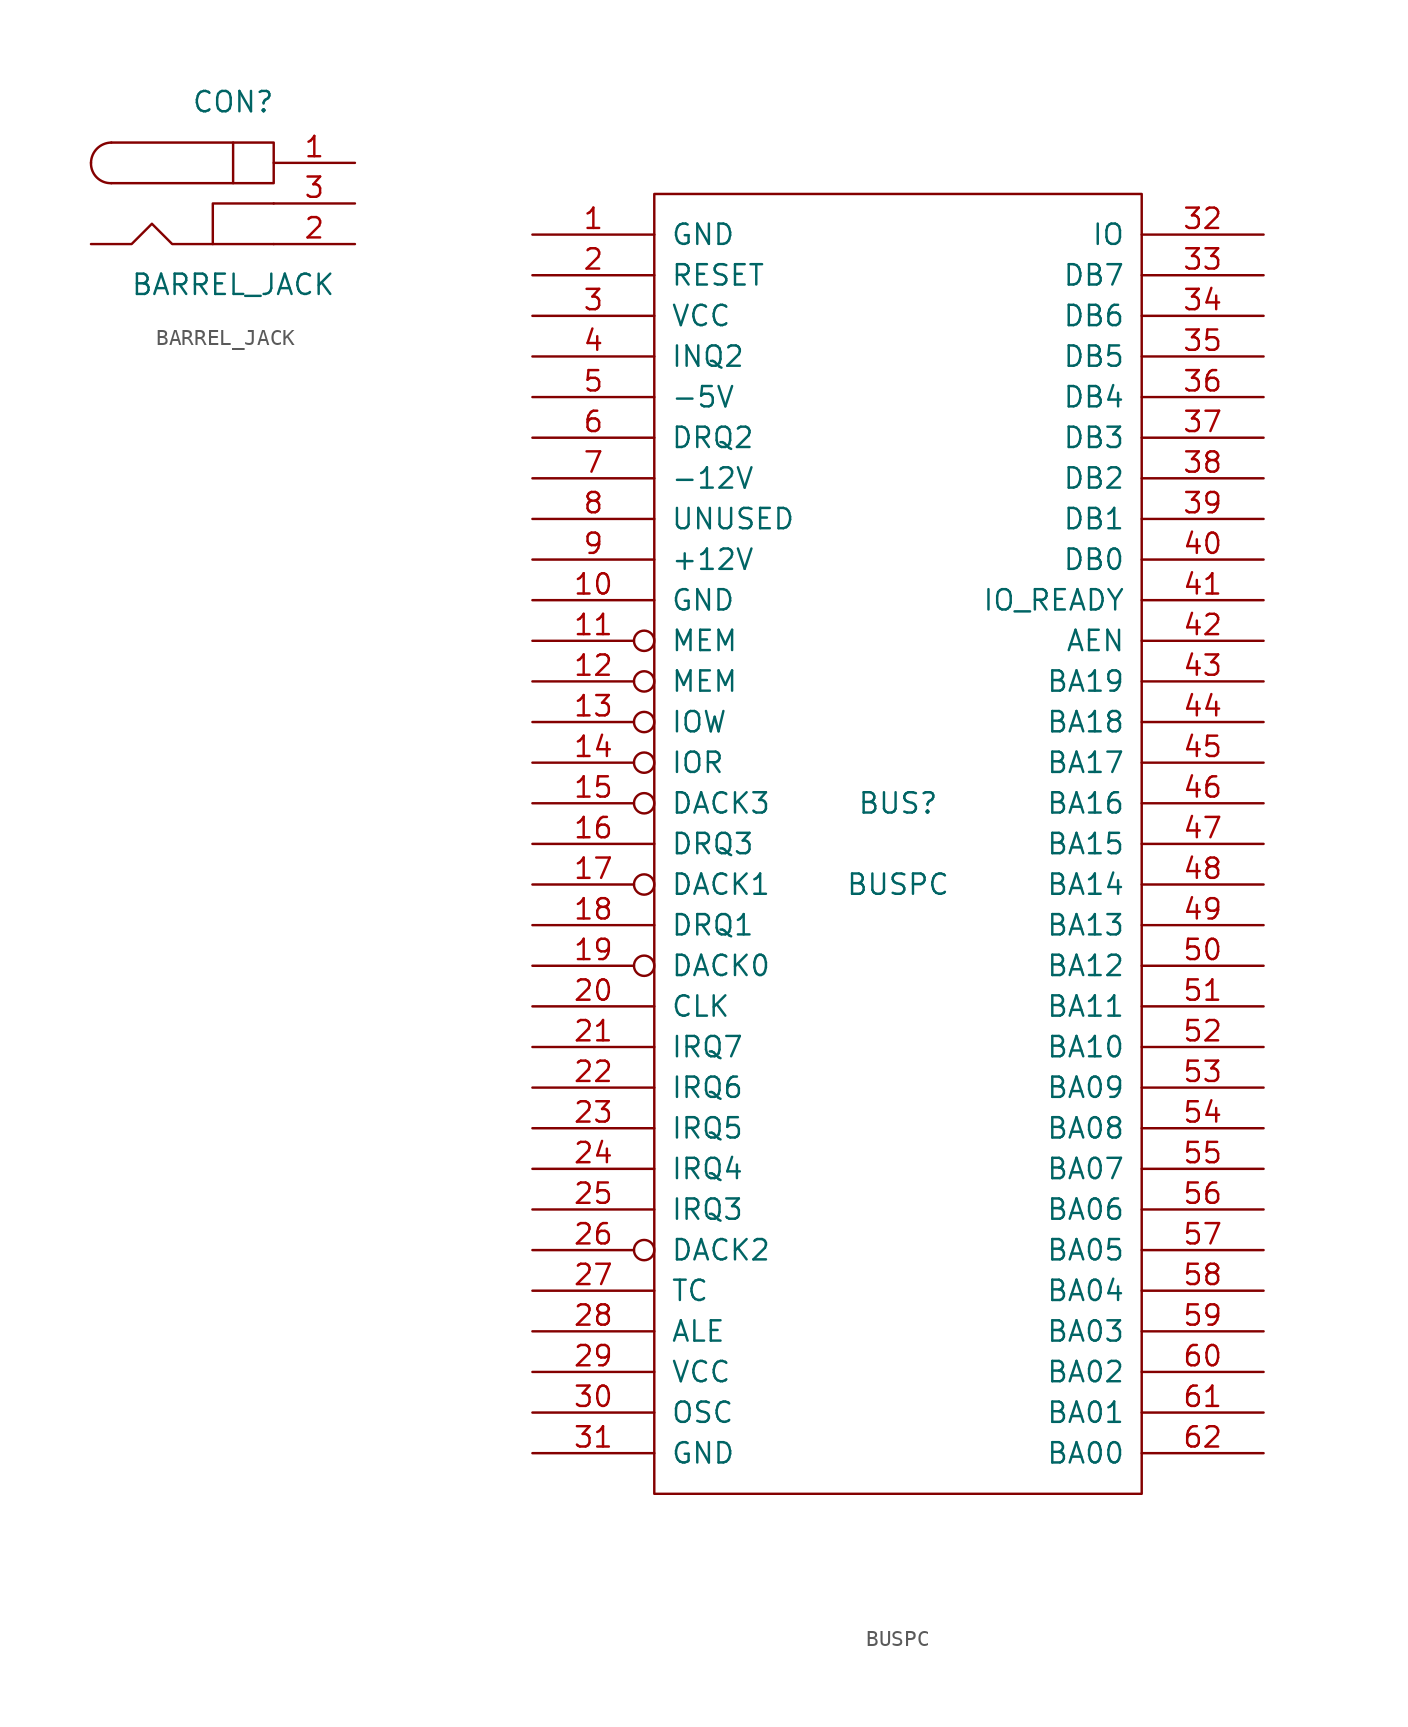
<source format=kicad_sym>
(kicad_symbol_lib
  (version 20231120)
  (generator "kicad_symbol_editor")
  (generator_version "8.0")
  (symbol "BARREL_JACK"
    (pin_names
      (offset 1.016))
    (property "Reference" "CON"
      (at 0 6.35 0)
      (effects (font (size 1.27 1.27))))
    (property "Value" "BARREL_JACK"
      (at 0 -5.08 0)
      (effects (font (size 1.27 1.27))))
    (property "Footprint" ""
      (at 0 0 0)
      (effects (font (size 1.27 1.27))))
    (property "Datasheet" ""
      (at 0 0 0)
      (effects (font (size 1.27 1.27))))
    (symbol "BARREL_JACK_0_1"
      (arc (start -8.89 2.54) (mid -8.5271 1.6254) (end -7.62 1.27) (stroke (width 0) (type solid)) (fill (type none)))
      (arc (start -7.62 3.81) (mid -8.5088 3.4366) (end -8.89 2.54) (stroke (width 0) (type solid)) (fill (type none)))
      (polyline (pts (xy -7.62 1.27) (xy 0 1.27)) (stroke (width 0) (type solid)) (fill (type none)))
      (polyline (pts (xy 0 3.81) (xy -7.62 3.81)) (stroke (width 0) (type solid)) (fill (type none)))
      (polyline (pts (xy 2.54 0) (xy -1.27 0) (xy -1.27 -2.54)) (stroke (width 0) (type solid)) (fill (type none)))
      (polyline (pts (xy 2.54 -2.54) (xy -3.81 -2.54) (xy -5.08 -1.27) (xy -6.35 -2.54) (xy -8.89 -2.54)) (stroke (width 0) (type solid)) (fill (type none)))
      (rectangle (start 2.54 3.81) (end 0 1.27) (stroke (width 0) (type solid)) (fill (type none))))
    (symbol "BARREL_JACK_1_1"
      (pin passive line (at 7.62 2.54 180) (length 5.08) (name "~" (effects (font (size 1.27 1.27)))) (number "1" (effects (font (size 1.27 1.27)))))
      (pin passive line (at 7.62 -2.54 180) (length 5.08) (name "~" (effects (font (size 1.27 1.27)))) (number "2" (effects (font (size 1.27 1.27)))))
      (pin passive line (at 7.62 0 180) (length 5.08) (name "~" (effects (font (size 1.27 1.27)))) (number "3" (effects (font (size 1.27 1.27)))))))
  (symbol "BUSPC"
    (pin_names
      (offset 1.016))
    (property "Reference" "BUS"
      (at 0 2.54 0)
      (effects (font (size 1.27 1.27))))
    (property "Value" "BUSPC"
      (at 0 -2.54 0)
      (effects (font (size 1.27 1.27))))
    (property "Footprint" ""
      (at 0 0 0)
      (effects (font (size 1.27 1.27))))
    (property "Datasheet" ""
      (at 0 0 0)
      (effects (font (size 1.27 1.27))))
    (symbol "BUSPC_0_1"
      (rectangle (start -15.24 -40.64) (end 15.24 40.64) (stroke (width 0) (type solid)) (fill (type none))))
    (symbol "BUSPC_1_1"
      (pin passive line (at -22.86 38.1 0) (length 7.62) (name "GND" (effects (font (size 1.27 1.27)))) (number "1" (effects (font (size 1.27 1.27)))))
      (pin passive line (at -22.86 15.24 0) (length 7.62) (name "GND" (effects (font (size 1.27 1.27)))) (number "10" (effects (font (size 1.27 1.27)))))
      (pin output inverted (at -22.86 12.7 0) (length 7.62) (name "MEM" (effects (font (size 1.27 1.27)))) (number "11" (effects (font (size 1.27 1.27)))))
      (pin output inverted (at -22.86 10.16 0) (length 7.62) (name "MEM" (effects (font (size 1.27 1.27)))) (number "12" (effects (font (size 1.27 1.27)))))
      (pin output inverted (at -22.86 7.62 0) (length 7.62) (name "IOW" (effects (font (size 1.27 1.27)))) (number "13" (effects (font (size 1.27 1.27)))))
      (pin output inverted (at -22.86 5.08 0) (length 7.62) (name "IOR" (effects (font (size 1.27 1.27)))) (number "14" (effects (font (size 1.27 1.27)))))
      (pin passive inverted (at -22.86 2.54 0) (length 7.62) (name "DACK3" (effects (font (size 1.27 1.27)))) (number "15" (effects (font (size 1.27 1.27)))))
      (pin passive line (at -22.86 0 0) (length 7.62) (name "DRQ3" (effects (font (size 1.27 1.27)))) (number "16" (effects (font (size 1.27 1.27)))))
      (pin passive inverted (at -22.86 -2.54 0) (length 7.62) (name "DACK1" (effects (font (size 1.27 1.27)))) (number "17" (effects (font (size 1.27 1.27)))))
      (pin passive line (at -22.86 -5.08 0) (length 7.62) (name "DRQ1" (effects (font (size 1.27 1.27)))) (number "18" (effects (font (size 1.27 1.27)))))
      (pin passive inverted (at -22.86 -7.62 0) (length 7.62) (name "DACK0" (effects (font (size 1.27 1.27)))) (number "19" (effects (font (size 1.27 1.27)))))
      (pin output line (at -22.86 35.56 0) (length 7.62) (name "RESET" (effects (font (size 1.27 1.27)))) (number "2" (effects (font (size 1.27 1.27)))))
      (pin output line (at -22.86 -10.16 0) (length 7.62) (name "CLK" (effects (font (size 1.27 1.27)))) (number "20" (effects (font (size 1.27 1.27)))))
      (pin passive line (at -22.86 -12.7 0) (length 7.62) (name "IRQ7" (effects (font (size 1.27 1.27)))) (number "21" (effects (font (size 1.27 1.27)))))
      (pin passive line (at -22.86 -15.24 0) (length 7.62) (name "IRQ6" (effects (font (size 1.27 1.27)))) (number "22" (effects (font (size 1.27 1.27)))))
      (pin passive line (at -22.86 -17.78 0) (length 7.62) (name "IRQ5" (effects (font (size 1.27 1.27)))) (number "23" (effects (font (size 1.27 1.27)))))
      (pin passive line (at -22.86 -20.32 0) (length 7.62) (name "IRQ4" (effects (font (size 1.27 1.27)))) (number "24" (effects (font (size 1.27 1.27)))))
      (pin passive line (at -22.86 -22.86 0) (length 7.62) (name "IRQ3" (effects (font (size 1.27 1.27)))) (number "25" (effects (font (size 1.27 1.27)))))
      (pin passive inverted (at -22.86 -25.4 0) (length 7.62) (name "DACK2" (effects (font (size 1.27 1.27)))) (number "26" (effects (font (size 1.27 1.27)))))
      (pin passive line (at -22.86 -27.94 0) (length 7.62) (name "TC" (effects (font (size 1.27 1.27)))) (number "27" (effects (font (size 1.27 1.27)))))
      (pin output line (at -22.86 -30.48 0) (length 7.62) (name "ALE" (effects (font (size 1.27 1.27)))) (number "28" (effects (font (size 1.27 1.27)))))
      (pin passive line (at -22.86 -33.02 0) (length 7.62) (name "VCC" (effects (font (size 1.27 1.27)))) (number "29" (effects (font (size 1.27 1.27)))))
      (pin passive line (at -22.86 33.02 0) (length 7.62) (name "VCC" (effects (font (size 1.27 1.27)))) (number "3" (effects (font (size 1.27 1.27)))))
      (pin output line (at -22.86 -35.56 0) (length 7.62) (name "OSC" (effects (font (size 1.27 1.27)))) (number "30" (effects (font (size 1.27 1.27)))))
      (pin passive line (at -22.86 -38.1 0) (length 7.62) (name "GND" (effects (font (size 1.27 1.27)))) (number "31" (effects (font (size 1.27 1.27)))))
      (pin passive line (at 22.86 38.1 180) (length 7.62) (name "IO" (effects (font (size 1.27 1.27)))) (number "32" (effects (font (size 1.27 1.27)))))
      (pin tri_state line (at 22.86 35.56 180) (length 7.62) (name "DB7" (effects (font (size 1.27 1.27)))) (number "33" (effects (font (size 1.27 1.27)))))
      (pin tri_state line (at 22.86 33.02 180) (length 7.62) (name "DB6" (effects (font (size 1.27 1.27)))) (number "34" (effects (font (size 1.27 1.27)))))
      (pin tri_state line (at 22.86 30.48 180) (length 7.62) (name "DB5" (effects (font (size 1.27 1.27)))) (number "35" (effects (font (size 1.27 1.27)))))
      (pin tri_state line (at 22.86 27.94 180) (length 7.62) (name "DB4" (effects (font (size 1.27 1.27)))) (number "36" (effects (font (size 1.27 1.27)))))
      (pin tri_state line (at 22.86 25.4 180) (length 7.62) (name "DB3" (effects (font (size 1.27 1.27)))) (number "37" (effects (font (size 1.27 1.27)))))
      (pin tri_state line (at 22.86 22.86 180) (length 7.62) (name "DB2" (effects (font (size 1.27 1.27)))) (number "38" (effects (font (size 1.27 1.27)))))
      (pin tri_state line (at 22.86 20.32 180) (length 7.62) (name "DB1" (effects (font (size 1.27 1.27)))) (number "39" (effects (font (size 1.27 1.27)))))
      (pin passive line (at -22.86 30.48 0) (length 7.62) (name "INQ2" (effects (font (size 1.27 1.27)))) (number "4" (effects (font (size 1.27 1.27)))))
      (pin tri_state line (at 22.86 17.78 180) (length 7.62) (name "DB0" (effects (font (size 1.27 1.27)))) (number "40" (effects (font (size 1.27 1.27)))))
      (pin passive line (at 22.86 15.24 180) (length 7.62) (name "IO_READY" (effects (font (size 1.27 1.27)))) (number "41" (effects (font (size 1.27 1.27)))))
      (pin output line (at 22.86 12.7 180) (length 7.62) (name "AEN" (effects (font (size 1.27 1.27)))) (number "42" (effects (font (size 1.27 1.27)))))
      (pin tri_state line (at 22.86 10.16 180) (length 7.62) (name "BA19" (effects (font (size 1.27 1.27)))) (number "43" (effects (font (size 1.27 1.27)))))
      (pin tri_state line (at 22.86 7.62 180) (length 7.62) (name "BA18" (effects (font (size 1.27 1.27)))) (number "44" (effects (font (size 1.27 1.27)))))
      (pin tri_state line (at 22.86 5.08 180) (length 7.62) (name "BA17" (effects (font (size 1.27 1.27)))) (number "45" (effects (font (size 1.27 1.27)))))
      (pin tri_state line (at 22.86 2.54 180) (length 7.62) (name "BA16" (effects (font (size 1.27 1.27)))) (number "46" (effects (font (size 1.27 1.27)))))
      (pin tri_state line (at 22.86 0 180) (length 7.62) (name "BA15" (effects (font (size 1.27 1.27)))) (number "47" (effects (font (size 1.27 1.27)))))
      (pin tri_state line (at 22.86 -2.54 180) (length 7.62) (name "BA14" (effects (font (size 1.27 1.27)))) (number "48" (effects (font (size 1.27 1.27)))))
      (pin tri_state line (at 22.86 -5.08 180) (length 7.62) (name "BA13" (effects (font (size 1.27 1.27)))) (number "49" (effects (font (size 1.27 1.27)))))
      (pin passive line (at -22.86 27.94 0) (length 7.62) (name "-5V" (effects (font (size 1.27 1.27)))) (number "5" (effects (font (size 1.27 1.27)))))
      (pin tri_state line (at 22.86 -7.62 180) (length 7.62) (name "BA12" (effects (font (size 1.27 1.27)))) (number "50" (effects (font (size 1.27 1.27)))))
      (pin tri_state line (at 22.86 -10.16 180) (length 7.62) (name "BA11" (effects (font (size 1.27 1.27)))) (number "51" (effects (font (size 1.27 1.27)))))
      (pin tri_state line (at 22.86 -12.7 180) (length 7.62) (name "BA10" (effects (font (size 1.27 1.27)))) (number "52" (effects (font (size 1.27 1.27)))))
      (pin tri_state line (at 22.86 -15.24 180) (length 7.62) (name "BA09" (effects (font (size 1.27 1.27)))) (number "53" (effects (font (size 1.27 1.27)))))
      (pin tri_state line (at 22.86 -17.78 180) (length 7.62) (name "BA08" (effects (font (size 1.27 1.27)))) (number "54" (effects (font (size 1.27 1.27)))))
      (pin tri_state line (at 22.86 -20.32 180) (length 7.62) (name "BA07" (effects (font (size 1.27 1.27)))) (number "55" (effects (font (size 1.27 1.27)))))
      (pin tri_state line (at 22.86 -22.86 180) (length 7.62) (name "BA06" (effects (font (size 1.27 1.27)))) (number "56" (effects (font (size 1.27 1.27)))))
      (pin tri_state line (at 22.86 -25.4 180) (length 7.62) (name "BA05" (effects (font (size 1.27 1.27)))) (number "57" (effects (font (size 1.27 1.27)))))
      (pin tri_state line (at 22.86 -27.94 180) (length 7.62) (name "BA04" (effects (font (size 1.27 1.27)))) (number "58" (effects (font (size 1.27 1.27)))))
      (pin tri_state line (at 22.86 -30.48 180) (length 7.62) (name "BA03" (effects (font (size 1.27 1.27)))) (number "59" (effects (font (size 1.27 1.27)))))
      (pin passive line (at -22.86 25.4 0) (length 7.62) (name "DRQ2" (effects (font (size 1.27 1.27)))) (number "6" (effects (font (size 1.27 1.27)))))
      (pin tri_state line (at 22.86 -33.02 180) (length 7.62) (name "BA02" (effects (font (size 1.27 1.27)))) (number "60" (effects (font (size 1.27 1.27)))))
      (pin tri_state line (at 22.86 -35.56 180) (length 7.62) (name "BA01" (effects (font (size 1.27 1.27)))) (number "61" (effects (font (size 1.27 1.27)))))
      (pin tri_state line (at 22.86 -38.1 180) (length 7.62) (name "BA00" (effects (font (size 1.27 1.27)))) (number "62" (effects (font (size 1.27 1.27)))))
      (pin passive line (at -22.86 22.86 0) (length 7.62) (name "-12V" (effects (font (size 1.27 1.27)))) (number "7" (effects (font (size 1.27 1.27)))))
      (pin passive line (at -22.86 20.32 0) (length 7.62) (name "UNUSED" (effects (font (size 1.27 1.27)))) (number "8" (effects (font (size 1.27 1.27)))))
      (pin passive line (at -22.86 17.78 0) (length 7.62) (name "+12V" (effects (font (size 1.27 1.27)))) (number "9" (effects (font (size 1.27 1.27))))))))
</source>
